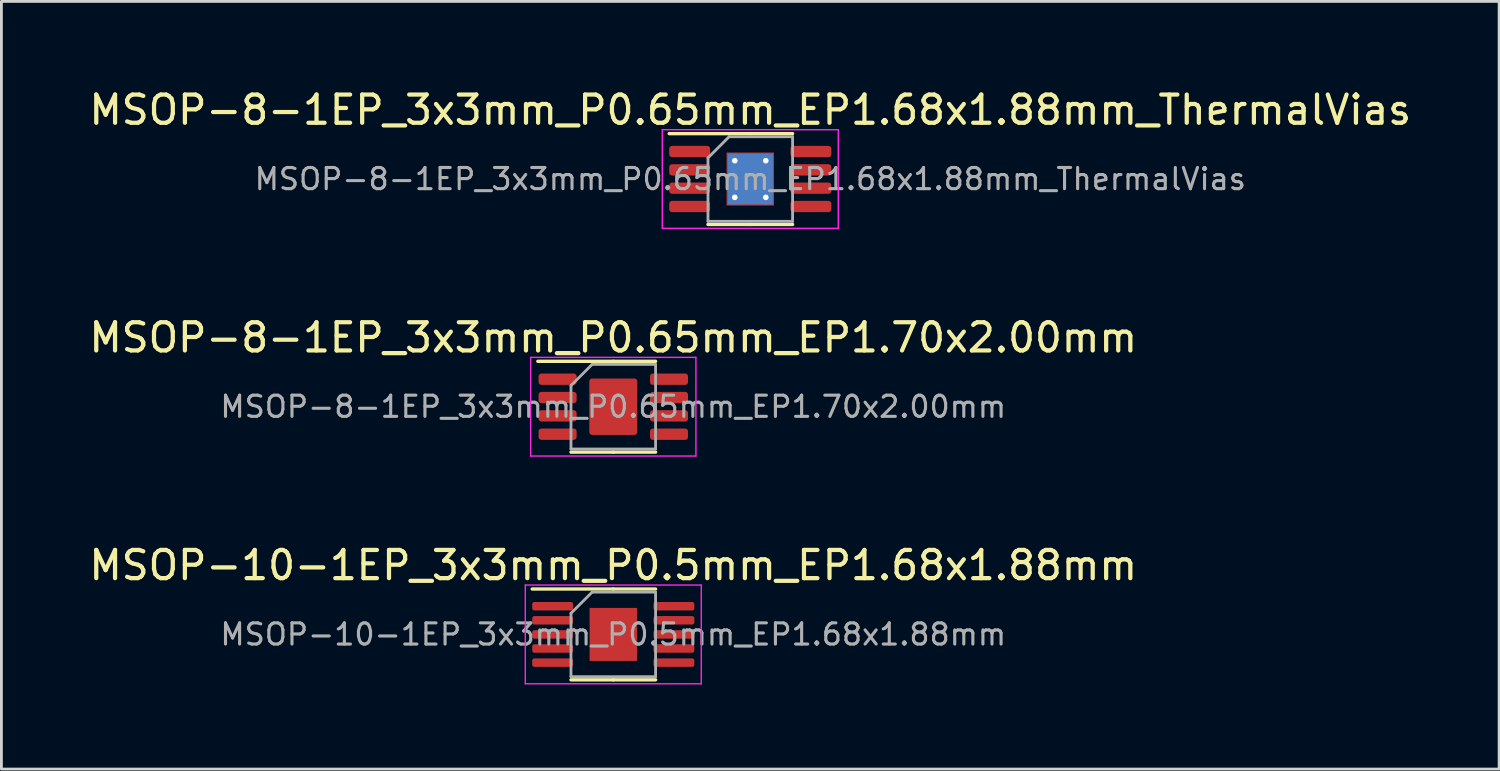
<source format=kicad_pcb>
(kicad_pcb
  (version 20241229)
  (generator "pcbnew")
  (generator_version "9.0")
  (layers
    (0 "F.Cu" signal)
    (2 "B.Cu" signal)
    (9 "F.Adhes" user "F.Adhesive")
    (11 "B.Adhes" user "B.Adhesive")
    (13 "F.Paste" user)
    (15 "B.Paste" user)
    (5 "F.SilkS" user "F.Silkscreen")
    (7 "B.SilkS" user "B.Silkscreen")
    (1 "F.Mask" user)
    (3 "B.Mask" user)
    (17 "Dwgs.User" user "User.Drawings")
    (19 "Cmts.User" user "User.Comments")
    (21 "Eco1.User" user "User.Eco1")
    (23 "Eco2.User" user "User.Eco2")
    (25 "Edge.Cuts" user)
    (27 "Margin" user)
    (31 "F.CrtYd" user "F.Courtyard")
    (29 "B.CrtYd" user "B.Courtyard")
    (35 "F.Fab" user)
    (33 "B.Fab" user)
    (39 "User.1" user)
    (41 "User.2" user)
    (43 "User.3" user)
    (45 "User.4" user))
  (footprint "MSOP-8-1EP_3x3mm_P0.65mm_EP1.70x2.00mm"
    (layer "F.Cu")
    (at 18.696 11.371)
    (property "Reference" "MSOP-8-1EP_3x3mm_P0.65mm_EP1.70x2.00mm" (at 0 -2.45 0) (layer "F.SilkS") (effects (font (size 1 1) (thickness 0.15))))
    (attr smd)
    (fp_line (start 0 -1.61) (end -2.675 -1.61) (stroke (width 0.12) (type solid)) (layer "F.SilkS"))
    (fp_line (start 0 -1.61) (end 1.5 -1.61) (stroke (width 0.12) (type solid)) (layer "F.SilkS"))
    (fp_line (start 0 1.61) (end -1.5 1.61) (stroke (width 0.12) (type solid)) (layer "F.SilkS"))
    (fp_line (start 0 1.61) (end 1.5 1.61) (stroke (width 0.12) (type solid)) (layer "F.SilkS"))
    (fp_line (start -2.93 -1.75) (end -2.93 1.75) (stroke (width 0.05) (type solid)) (layer "F.CrtYd"))
    (fp_line (start -2.93 1.75) (end 2.93 1.75) (stroke (width 0.05) (type solid)) (layer "F.CrtYd"))
    (fp_line (start 2.93 -1.75) (end -2.93 -1.75) (stroke (width 0.05) (type solid)) (layer "F.CrtYd"))
    (fp_line (start 2.93 1.75) (end 2.93 -1.75) (stroke (width 0.05) (type solid)) (layer "F.CrtYd"))
    (fp_line (start -1.5 -0.75) (end -0.75 -1.5) (stroke (width 0.1) (type solid)) (layer "F.Fab"))
    (fp_line (start -1.5 1.5) (end -1.5 -0.75) (stroke (width 0.1) (type solid)) (layer "F.Fab"))
    (fp_line (start -0.75 -1.5) (end 1.5 -1.5) (stroke (width 0.1) (type solid)) (layer "F.Fab"))
    (fp_line (start 1.5 -1.5) (end 1.5 1.5) (stroke (width 0.1) (type solid)) (layer "F.Fab"))
    (fp_line (start 1.5 1.5) (end -1.5 1.5) (stroke (width 0.1) (type solid)) (layer "F.Fab"))
    (fp_text user "${REFERENCE}" (at 0 0 0) (layer "F.Fab") (effects (font (size 0.75 0.75) (thickness 0.11))))
    (pad "" smd roundrect (at 0 0) (size 1.7 2) (layers "F.Cu" "F.Mask" "F.Paste") (roundrect_rratio 0.059))
    (pad "1" smd roundrect (at -1.975 -0.975) (size 1.35 0.4) (layers "F.Cu" "F.Mask" "F.Paste") (roundrect_rratio 0.25))
    (pad "2" smd roundrect (at -1.975 -0.325) (size 1.35 0.4) (layers "F.Cu" "F.Mask" "F.Paste") (roundrect_rratio 0.25))
    (pad "3" smd roundrect (at -1.975 0.325) (size 1.35 0.4) (layers "F.Cu" "F.Mask" "F.Paste") (roundrect_rratio 0.25))
    (pad "4" smd roundrect (at -1.975 0.975) (size 1.35 0.4) (layers "F.Cu" "F.Mask" "F.Paste") (roundrect_rratio 0.25))
    (pad "5" smd roundrect (at 1.975 0.975) (size 1.35 0.4) (layers "F.Cu" "F.Mask" "F.Paste") (roundrect_rratio 0.25))
    (pad "6" smd roundrect (at 1.975 0.325) (size 1.35 0.4) (layers "F.Cu" "F.Mask" "F.Paste") (roundrect_rratio 0.25))
    (pad "7" smd roundrect (at 1.975 -0.325) (size 1.35 0.4) (layers "F.Cu" "F.Mask" "F.Paste") (roundrect_rratio 0.25))
    (pad "8" smd roundrect (at 1.975 -0.975) (size 1.35 0.4) (layers "F.Cu" "F.Mask" "F.Paste") (roundrect_rratio 0.25)))
  (footprint "MSOP-8-1EP_3x3mm_P0.65mm_EP1.68x1.88mm_ThermalVias"
    (layer "F.Cu")
    (at 23.554 3.298)
    (property "Reference" "MSOP-8-1EP_3x3mm_P0.65mm_EP1.68x1.88mm_ThermalVias" (at 0 -2.45 0) (layer "F.SilkS") (effects (font (size 1 1) (thickness 0.15))))
    (attr smd)
    (fp_line (start 0 -1.61) (end -2.875 -1.61) (stroke (width 0.12) (type solid)) (layer "F.SilkS"))
    (fp_line (start 0 -1.61) (end 1.5 -1.61) (stroke (width 0.12) (type solid)) (layer "F.SilkS"))
    (fp_line (start 0 1.61) (end -1.5 1.61) (stroke (width 0.12) (type solid)) (layer "F.SilkS"))
    (fp_line (start 0 1.61) (end 1.5 1.61) (stroke (width 0.12) (type solid)) (layer "F.SilkS"))
    (fp_line (start -3.12 -1.75) (end -3.12 1.75) (stroke (width 0.05) (type solid)) (layer "F.CrtYd"))
    (fp_line (start -3.12 1.75) (end 3.12 1.75) (stroke (width 0.05) (type solid)) (layer "F.CrtYd"))
    (fp_line (start 3.12 -1.75) (end -3.12 -1.75) (stroke (width 0.05) (type solid)) (layer "F.CrtYd"))
    (fp_line (start 3.12 1.75) (end 3.12 -1.75) (stroke (width 0.05) (type solid)) (layer "F.CrtYd"))
    (fp_line (start -1.5 -0.75) (end -0.75 -1.5) (stroke (width 0.1) (type solid)) (layer "F.Fab"))
    (fp_line (start -1.5 1.5) (end -1.5 -0.75) (stroke (width 0.1) (type solid)) (layer "F.Fab"))
    (fp_line (start -0.75 -1.5) (end 1.5 -1.5) (stroke (width 0.1) (type solid)) (layer "F.Fab"))
    (fp_line (start 1.5 -1.5) (end 1.5 1.5) (stroke (width 0.1) (type solid)) (layer "F.Fab"))
    (fp_line (start 1.5 1.5) (end -1.5 1.5) (stroke (width 0.1) (type solid)) (layer "F.Fab"))
    (fp_text user "${REFERENCE}" (at 0 0 0) (layer "F.Fab") (effects (font (size 0.75 0.75) (thickness 0.11))))
    (pad "" smd roundrect (at -0.42 -0.47) (size 0.7 0.79) (layers "F.Paste") (roundrect_rratio 0.25))
    (pad "" smd roundrect (at -0.42 0.47) (size 0.7 0.79) (layers "F.Paste") (roundrect_rratio 0.25))
    (pad "" smd roundrect (at 0.42 -0.47) (size 0.7 0.79) (layers "F.Paste") (roundrect_rratio 0.25))
    (pad "" smd roundrect (at 0.42 0.47) (size 0.7 0.79) (layers "F.Paste") (roundrect_rratio 0.25))
    (pad "1" smd roundrect (at -2.15 -0.975) (size 1.45 0.4) (layers "F.Cu" "F.Mask" "F.Paste") (roundrect_rratio 0.25))
    (pad "2" smd roundrect (at -2.15 -0.325) (size 1.45 0.4) (layers "F.Cu" "F.Mask" "F.Paste") (roundrect_rratio 0.25))
    (pad "3" smd roundrect (at -2.15 0.325) (size 1.45 0.4) (layers "F.Cu" "F.Mask" "F.Paste") (roundrect_rratio 0.25))
    (pad "4" smd roundrect (at -2.15 0.975) (size 1.45 0.4) (layers "F.Cu" "F.Mask" "F.Paste") (roundrect_rratio 0.25))
    (pad "5" smd roundrect (at 2.15 0.975) (size 1.45 0.4) (layers "F.Cu" "F.Mask" "F.Paste") (roundrect_rratio 0.25))
    (pad "6" smd roundrect (at 2.15 0.325) (size 1.45 0.4) (layers "F.Cu" "F.Mask" "F.Paste") (roundrect_rratio 0.25))
    (pad "7" smd roundrect (at 2.15 -0.325) (size 1.45 0.4) (layers "F.Cu" "F.Mask" "F.Paste") (roundrect_rratio 0.25))
    (pad "8" smd roundrect (at 2.15 -0.975) (size 1.45 0.4) (layers "F.Cu" "F.Mask" "F.Paste") (roundrect_rratio 0.25))
    (pad "9" thru_hole circle (at -0.55 -0.65) (size 0.5 0.5) (drill 0.2) (layers "*.Cu"))
    (pad "9" thru_hole circle (at -0.55 0.65) (size 0.5 0.5) (drill 0.2) (layers "*.Cu"))
    (pad "9" smd rect (at 0 0) (size 1.6 1.8) (layers "B.Cu"))
    (pad "9" smd rect (at 0 0) (size 1.68 1.88) (layers "F.Cu" "F.Mask"))
    (pad "9" thru_hole circle (at 0.55 -0.65) (size 0.5 0.5) (drill 0.2) (layers "*.Cu"))
    (pad "9" thru_hole circle (at 0.55 0.65) (size 0.5 0.5) (drill 0.2) (layers "*.Cu")))
  (footprint "MSOP-10-1EP_3x3mm_P0.5mm_EP1.68x1.88mm"
    (layer "F.Cu")
    (at 18.696 19.445)
    (property "Reference" "MSOP-10-1EP_3x3mm_P0.5mm_EP1.68x1.88mm" (at 0 -2.45 0) (layer "F.SilkS") (effects (font (size 1 1) (thickness 0.15))))
    (attr smd)
    (fp_line (start 0 -1.61) (end -2.875 -1.61) (stroke (width 0.12) (type solid)) (layer "F.SilkS"))
    (fp_line (start 0 -1.61) (end 1.5 -1.61) (stroke (width 0.12) (type solid)) (layer "F.SilkS"))
    (fp_line (start 0 1.61) (end -1.5 1.61) (stroke (width 0.12) (type solid)) (layer "F.SilkS"))
    (fp_line (start 0 1.61) (end 1.5 1.61) (stroke (width 0.12) (type solid)) (layer "F.SilkS"))
    (fp_line (start -3.12 -1.75) (end -3.12 1.75) (stroke (width 0.05) (type solid)) (layer "F.CrtYd"))
    (fp_line (start -3.12 1.75) (end 3.12 1.75) (stroke (width 0.05) (type solid)) (layer "F.CrtYd"))
    (fp_line (start 3.12 -1.75) (end -3.12 -1.75) (stroke (width 0.05) (type solid)) (layer "F.CrtYd"))
    (fp_line (start 3.12 1.75) (end 3.12 -1.75) (stroke (width 0.05) (type solid)) (layer "F.CrtYd"))
    (fp_line (start -1.5 -0.75) (end -0.75 -1.5) (stroke (width 0.1) (type solid)) (layer "F.Fab"))
    (fp_line (start -1.5 1.5) (end -1.5 -0.75) (stroke (width 0.1) (type solid)) (layer "F.Fab"))
    (fp_line (start -0.75 -1.5) (end 1.5 -1.5) (stroke (width 0.1) (type solid)) (layer "F.Fab"))
    (fp_line (start 1.5 -1.5) (end 1.5 1.5) (stroke (width 0.1) (type solid)) (layer "F.Fab"))
    (fp_line (start 1.5 1.5) (end -1.5 1.5) (stroke (width 0.1) (type solid)) (layer "F.Fab"))
    (fp_text user "${REFERENCE}" (at 0 0 0) (layer "F.Fab") (effects (font (size 0.75 0.75) (thickness 0.11))))
    (pad "" smd roundrect (at -0.42 -0.47) (size 0.68 0.76) (layers "F.Paste") (roundrect_rratio 0.25))
    (pad "" smd roundrect (at -0.42 0.47) (size 0.68 0.76) (layers "F.Paste") (roundrect_rratio 0.25))
    (pad "" smd roundrect (at 0.42 -0.47) (size 0.68 0.76) (layers "F.Paste") (roundrect_rratio 0.25))
    (pad "" smd roundrect (at 0.42 0.47) (size 0.68 0.76) (layers "F.Paste") (roundrect_rratio 0.25))
    (pad "1" smd roundrect (at -2.15 -1) (size 1.45 0.3) (layers "F.Cu" "F.Mask" "F.Paste") (roundrect_rratio 0.25))
    (pad "2" smd roundrect (at -2.15 -0.5) (size 1.45 0.3) (layers "F.Cu" "F.Mask" "F.Paste") (roundrect_rratio 0.25))
    (pad "3" smd roundrect (at -2.15 0) (size 1.45 0.3) (layers "F.Cu" "F.Mask" "F.Paste") (roundrect_rratio 0.25))
    (pad "4" smd roundrect (at -2.15 0.5) (size 1.45 0.3) (layers "F.Cu" "F.Mask" "F.Paste") (roundrect_rratio 0.25))
    (pad "5" smd roundrect (at -2.15 1) (size 1.45 0.3) (layers "F.Cu" "F.Mask" "F.Paste") (roundrect_rratio 0.25))
    (pad "6" smd roundrect (at 2.15 1) (size 1.45 0.3) (layers "F.Cu" "F.Mask" "F.Paste") (roundrect_rratio 0.25))
    (pad "7" smd roundrect (at 2.15 0.5) (size 1.45 0.3) (layers "F.Cu" "F.Mask" "F.Paste") (roundrect_rratio 0.25))
    (pad "8" smd roundrect (at 2.15 0) (size 1.45 0.3) (layers "F.Cu" "F.Mask" "F.Paste") (roundrect_rratio 0.25))
    (pad "9" smd roundrect (at 2.15 -0.5) (size 1.45 0.3) (layers "F.Cu" "F.Mask" "F.Paste") (roundrect_rratio 0.25))
    (pad "10" smd roundrect (at 2.15 -1) (size 1.45 0.3) (layers "F.Cu" "F.Mask" "F.Paste") (roundrect_rratio 0.25))
    (pad "11" smd rect (at 0 0) (size 1.68 1.88) (layers "F.Cu" "F.Mask")))
  (gr_rect
    (start -3 -3)
    (end 50.107 24.22)
    (stroke (width 0.1) (type default))
    (fill no)
    (layer "Edge.Cuts")))
</source>
